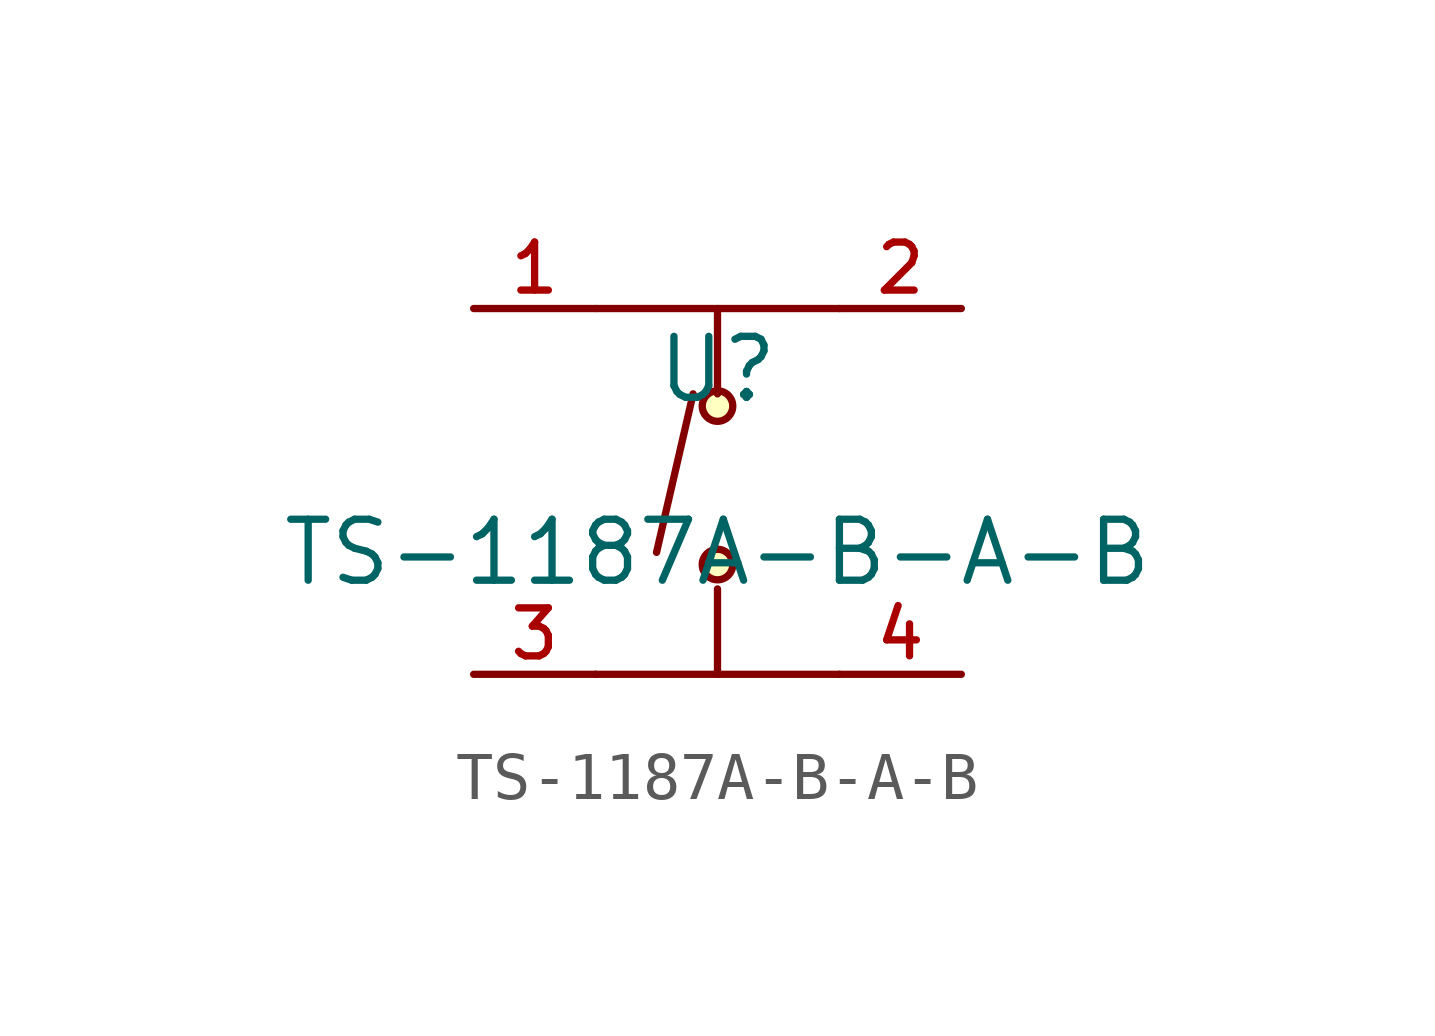
<source format=kicad_sym>
(kicad_symbol_lib
  (version 20210201)
  (generator TousstNicolas/JLC2KiCad_lib)
  (symbol "TS-1187A-B-A-B"
    (pin_names hide)
    (property "Reference" "U"
      (at 0 1.27 0)
      (effects (font (size 1.27 1.27))))
    (property "Value" "TS-1187A-B-A-B"
      (at 0 -2.54 0)
      (effects (font (size 1.27 1.27))))
    (symbol "TS-1187A-B-A-B_0_1"
      (polyline (pts (xy -2.54 -5.08) (xy 2.54 -5.08)) (stroke (width 0) (type default) (color 0 0 0 0)) (fill (type none)))
      (polyline (pts (xy -2.54 2.54) (xy 2.54 2.54)) (stroke (width 0) (type default) (color 0 0 0 0)) (fill (type none)))
      (circle (center 0.0 0.508) (radius 0.318) (stroke (width 0) (type default) (color 0 0 0 0)) (fill (type background)))
      (circle (center 0.0 -2.794) (radius 0.318) (stroke (width 0) (type default) (color 0 0 0 0)) (fill (type background)))
      (polyline (pts (xy 0.0 0.762) (xy 0.0 2.54)) (stroke (width 0) (type default) (color 0 0 0 0)) (fill (type none)))
      (polyline (pts (xy 0.0 -3.302) (xy 0.0 -5.08)) (stroke (width 0) (type default) (color 0 0 0 0)) (fill (type none)))
      (polyline (pts (xy -0.508 0.762) (xy -1.27 -2.54)) (stroke (width 0) (type default) (color 0 0 0 0)) (fill (type none)))
      (pin unspecified line (at 5.08 2.54 180) (length 2.54) (name "B" (effects (font (size 1 1)))) (number "2" (effects (font (size 1 1)))))
      (pin unspecified line (at -5.08 2.54 0) (length 2.54) (name "A" (effects (font (size 1 1)))) (number "1" (effects (font (size 1 1)))))
      (pin unspecified line (at 5.08 -5.08 180) (length 2.54) (name "D" (effects (font (size 1 1)))) (number "4" (effects (font (size 1 1)))))
      (pin unspecified line (at -5.08 -5.08 0) (length 2.54) (name "C" (effects (font (size 1 1)))) (number "3" (effects (font (size 1 1))))))))
</source>
